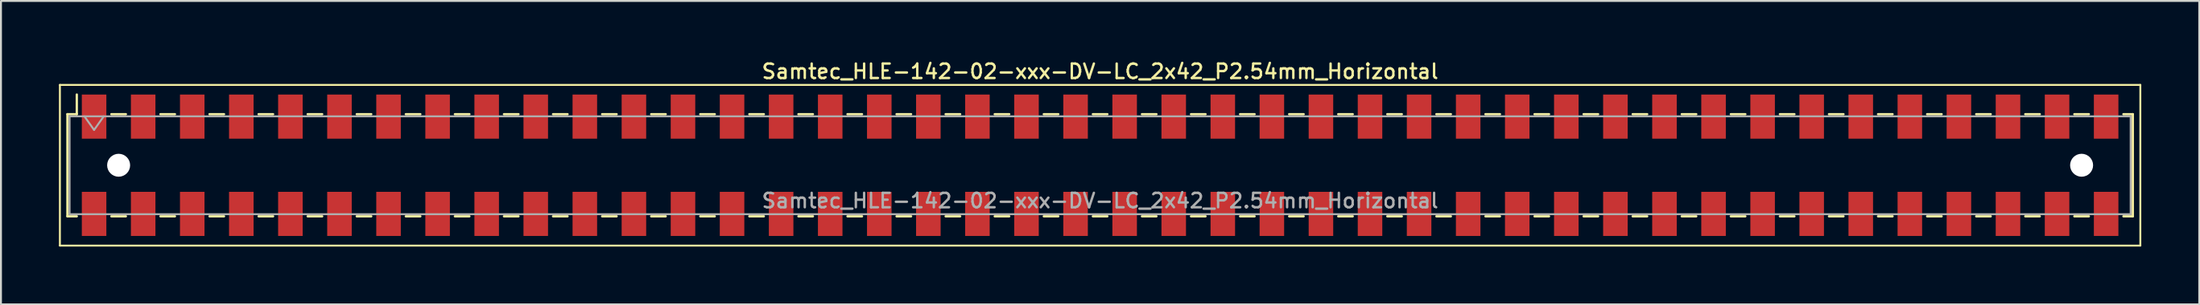
<source format=kicad_pcb>
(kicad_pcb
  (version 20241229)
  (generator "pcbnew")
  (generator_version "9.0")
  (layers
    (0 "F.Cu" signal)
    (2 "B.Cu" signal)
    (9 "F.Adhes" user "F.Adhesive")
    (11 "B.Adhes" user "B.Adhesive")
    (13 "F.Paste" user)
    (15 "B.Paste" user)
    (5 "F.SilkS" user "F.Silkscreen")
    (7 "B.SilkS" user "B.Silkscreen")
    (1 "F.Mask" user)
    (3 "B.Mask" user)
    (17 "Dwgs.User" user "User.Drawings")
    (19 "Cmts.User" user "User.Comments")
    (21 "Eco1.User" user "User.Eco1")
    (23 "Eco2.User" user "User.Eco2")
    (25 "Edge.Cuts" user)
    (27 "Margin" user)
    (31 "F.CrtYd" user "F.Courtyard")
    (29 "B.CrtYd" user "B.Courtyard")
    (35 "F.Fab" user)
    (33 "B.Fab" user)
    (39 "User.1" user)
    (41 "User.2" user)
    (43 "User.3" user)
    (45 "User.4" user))
  (footprint "Samtec_HLE-142-02-xxx-DV-LC_2x42_P2.54mm_Horizontal"
    (layer "F.Cu")
    (at 53.89 5.528)
    (property "Reference" "Samtec_HLE-142-02-xxx-DV-LC_2x42_P2.54mm_Horizontal" (at 0 -4.87 0) (layer "F.SilkS") (effects (font (size 0.75 0.75) (thickness 0.125))))
    (attr smd)
    (fp_line (start -53.84 -4.17) (end 53.84 -4.17) (stroke (width 0.1) (type solid)) (layer "F.SilkS"))
    (fp_line (start -53.84 4.17) (end -53.84 -4.17) (stroke (width 0.1) (type solid)) (layer "F.SilkS"))
    (fp_line (start -53.45 -2.65) (end -53.45 2.65) (stroke (width 0.12) (type solid)) (layer "F.SilkS"))
    (fp_line (start -53.45 2.65) (end -52.965 2.65) (stroke (width 0.12) (type solid)) (layer "F.SilkS"))
    (fp_line (start -52.965 -3.67) (end -52.965 -2.65) (stroke (width 0.12) (type solid)) (layer "F.SilkS"))
    (fp_line (start -52.965 -2.65) (end -53.45 -2.65) (stroke (width 0.12) (type solid)) (layer "F.SilkS"))
    (fp_line (start -51.175 -2.65) (end -50.425 -2.65) (stroke (width 0.12) (type solid)) (layer "F.SilkS"))
    (fp_line (start -51.175 2.65) (end -50.425 2.65) (stroke (width 0.12) (type solid)) (layer "F.SilkS"))
    (fp_line (start -48.635 -2.65) (end -47.885 -2.65) (stroke (width 0.12) (type solid)) (layer "F.SilkS"))
    (fp_line (start -48.635 2.65) (end -47.885 2.65) (stroke (width 0.12) (type solid)) (layer "F.SilkS"))
    (fp_line (start -46.095 -2.65) (end -45.345 -2.65) (stroke (width 0.12) (type solid)) (layer "F.SilkS"))
    (fp_line (start -46.095 2.65) (end -45.345 2.65) (stroke (width 0.12) (type solid)) (layer "F.SilkS"))
    (fp_line (start -43.555 -2.65) (end -42.805 -2.65) (stroke (width 0.12) (type solid)) (layer "F.SilkS"))
    (fp_line (start -43.555 2.65) (end -42.805 2.65) (stroke (width 0.12) (type solid)) (layer "F.SilkS"))
    (fp_line (start -41.015 -2.65) (end -40.265 -2.65) (stroke (width 0.12) (type solid)) (layer "F.SilkS"))
    (fp_line (start -41.015 2.65) (end -40.265 2.65) (stroke (width 0.12) (type solid)) (layer "F.SilkS"))
    (fp_line (start -38.475 -2.65) (end -37.725 -2.65) (stroke (width 0.12) (type solid)) (layer "F.SilkS"))
    (fp_line (start -38.475 2.65) (end -37.725 2.65) (stroke (width 0.12) (type solid)) (layer "F.SilkS"))
    (fp_line (start -35.935 -2.65) (end -35.185 -2.65) (stroke (width 0.12) (type solid)) (layer "F.SilkS"))
    (fp_line (start -35.935 2.65) (end -35.185 2.65) (stroke (width 0.12) (type solid)) (layer "F.SilkS"))
    (fp_line (start -33.395 -2.65) (end -32.645 -2.65) (stroke (width 0.12) (type solid)) (layer "F.SilkS"))
    (fp_line (start -33.395 2.65) (end -32.645 2.65) (stroke (width 0.12) (type solid)) (layer "F.SilkS"))
    (fp_line (start -30.855 -2.65) (end -30.105 -2.65) (stroke (width 0.12) (type solid)) (layer "F.SilkS"))
    (fp_line (start -30.855 2.65) (end -30.105 2.65) (stroke (width 0.12) (type solid)) (layer "F.SilkS"))
    (fp_line (start -28.315 -2.65) (end -27.565 -2.65) (stroke (width 0.12) (type solid)) (layer "F.SilkS"))
    (fp_line (start -28.315 2.65) (end -27.565 2.65) (stroke (width 0.12) (type solid)) (layer "F.SilkS"))
    (fp_line (start -25.775 -2.65) (end -25.025 -2.65) (stroke (width 0.12) (type solid)) (layer "F.SilkS"))
    (fp_line (start -25.775 2.65) (end -25.025 2.65) (stroke (width 0.12) (type solid)) (layer "F.SilkS"))
    (fp_line (start -23.235 -2.65) (end -22.485 -2.65) (stroke (width 0.12) (type solid)) (layer "F.SilkS"))
    (fp_line (start -23.235 2.65) (end -22.485 2.65) (stroke (width 0.12) (type solid)) (layer "F.SilkS"))
    (fp_line (start -20.695 -2.65) (end -19.945 -2.65) (stroke (width 0.12) (type solid)) (layer "F.SilkS"))
    (fp_line (start -20.695 2.65) (end -19.945 2.65) (stroke (width 0.12) (type solid)) (layer "F.SilkS"))
    (fp_line (start -18.155 -2.65) (end -17.405 -2.65) (stroke (width 0.12) (type solid)) (layer "F.SilkS"))
    (fp_line (start -18.155 2.65) (end -17.405 2.65) (stroke (width 0.12) (type solid)) (layer "F.SilkS"))
    (fp_line (start -15.615 -2.65) (end -14.865 -2.65) (stroke (width 0.12) (type solid)) (layer "F.SilkS"))
    (fp_line (start -15.615 2.65) (end -14.865 2.65) (stroke (width 0.12) (type solid)) (layer "F.SilkS"))
    (fp_line (start -13.075 -2.65) (end -12.325 -2.65) (stroke (width 0.12) (type solid)) (layer "F.SilkS"))
    (fp_line (start -13.075 2.65) (end -12.325 2.65) (stroke (width 0.12) (type solid)) (layer "F.SilkS"))
    (fp_line (start -10.535 -2.65) (end -9.785 -2.65) (stroke (width 0.12) (type solid)) (layer "F.SilkS"))
    (fp_line (start -10.535 2.65) (end -9.785 2.65) (stroke (width 0.12) (type solid)) (layer "F.SilkS"))
    (fp_line (start -7.995 -2.65) (end -7.245 -2.65) (stroke (width 0.12) (type solid)) (layer "F.SilkS"))
    (fp_line (start -7.995 2.65) (end -7.245 2.65) (stroke (width 0.12) (type solid)) (layer "F.SilkS"))
    (fp_line (start -5.455 -2.65) (end -4.705 -2.65) (stroke (width 0.12) (type solid)) (layer "F.SilkS"))
    (fp_line (start -5.455 2.65) (end -4.705 2.65) (stroke (width 0.12) (type solid)) (layer "F.SilkS"))
    (fp_line (start -2.915 -2.65) (end -2.165 -2.65) (stroke (width 0.12) (type solid)) (layer "F.SilkS"))
    (fp_line (start -2.915 2.65) (end -2.165 2.65) (stroke (width 0.12) (type solid)) (layer "F.SilkS"))
    (fp_line (start -0.375 -2.65) (end 0.375 -2.65) (stroke (width 0.12) (type solid)) (layer "F.SilkS"))
    (fp_line (start -0.375 2.65) (end 0.375 2.65) (stroke (width 0.12) (type solid)) (layer "F.SilkS"))
    (fp_line (start 2.165 -2.65) (end 2.915 -2.65) (stroke (width 0.12) (type solid)) (layer "F.SilkS"))
    (fp_line (start 2.165 2.65) (end 2.915 2.65) (stroke (width 0.12) (type solid)) (layer "F.SilkS"))
    (fp_line (start 4.705 -2.65) (end 5.455 -2.65) (stroke (width 0.12) (type solid)) (layer "F.SilkS"))
    (fp_line (start 4.705 2.65) (end 5.455 2.65) (stroke (width 0.12) (type solid)) (layer "F.SilkS"))
    (fp_line (start 7.245 -2.65) (end 7.995 -2.65) (stroke (width 0.12) (type solid)) (layer "F.SilkS"))
    (fp_line (start 7.245 2.65) (end 7.995 2.65) (stroke (width 0.12) (type solid)) (layer "F.SilkS"))
    (fp_line (start 9.785 -2.65) (end 10.535 -2.65) (stroke (width 0.12) (type solid)) (layer "F.SilkS"))
    (fp_line (start 9.785 2.65) (end 10.535 2.65) (stroke (width 0.12) (type solid)) (layer "F.SilkS"))
    (fp_line (start 12.325 -2.65) (end 13.075 -2.65) (stroke (width 0.12) (type solid)) (layer "F.SilkS"))
    (fp_line (start 12.325 2.65) (end 13.075 2.65) (stroke (width 0.12) (type solid)) (layer "F.SilkS"))
    (fp_line (start 14.865 -2.65) (end 15.615 -2.65) (stroke (width 0.12) (type solid)) (layer "F.SilkS"))
    (fp_line (start 14.865 2.65) (end 15.615 2.65) (stroke (width 0.12) (type solid)) (layer "F.SilkS"))
    (fp_line (start 17.405 -2.65) (end 18.155 -2.65) (stroke (width 0.12) (type solid)) (layer "F.SilkS"))
    (fp_line (start 17.405 2.65) (end 18.155 2.65) (stroke (width 0.12) (type solid)) (layer "F.SilkS"))
    (fp_line (start 19.945 -2.65) (end 20.695 -2.65) (stroke (width 0.12) (type solid)) (layer "F.SilkS"))
    (fp_line (start 19.945 2.65) (end 20.695 2.65) (stroke (width 0.12) (type solid)) (layer "F.SilkS"))
    (fp_line (start 22.485 -2.65) (end 23.235 -2.65) (stroke (width 0.12) (type solid)) (layer "F.SilkS"))
    (fp_line (start 22.485 2.65) (end 23.235 2.65) (stroke (width 0.12) (type solid)) (layer "F.SilkS"))
    (fp_line (start 25.025 -2.65) (end 25.775 -2.65) (stroke (width 0.12) (type solid)) (layer "F.SilkS"))
    (fp_line (start 25.025 2.65) (end 25.775 2.65) (stroke (width 0.12) (type solid)) (layer "F.SilkS"))
    (fp_line (start 27.565 -2.65) (end 28.315 -2.65) (stroke (width 0.12) (type solid)) (layer "F.SilkS"))
    (fp_line (start 27.565 2.65) (end 28.315 2.65) (stroke (width 0.12) (type solid)) (layer "F.SilkS"))
    (fp_line (start 30.105 -2.65) (end 30.855 -2.65) (stroke (width 0.12) (type solid)) (layer "F.SilkS"))
    (fp_line (start 30.105 2.65) (end 30.855 2.65) (stroke (width 0.12) (type solid)) (layer "F.SilkS"))
    (fp_line (start 32.645 -2.65) (end 33.395 -2.65) (stroke (width 0.12) (type solid)) (layer "F.SilkS"))
    (fp_line (start 32.645 2.65) (end 33.395 2.65) (stroke (width 0.12) (type solid)) (layer "F.SilkS"))
    (fp_line (start 35.185 -2.65) (end 35.935 -2.65) (stroke (width 0.12) (type solid)) (layer "F.SilkS"))
    (fp_line (start 35.185 2.65) (end 35.935 2.65) (stroke (width 0.12) (type solid)) (layer "F.SilkS"))
    (fp_line (start 37.725 -2.65) (end 38.475 -2.65) (stroke (width 0.12) (type solid)) (layer "F.SilkS"))
    (fp_line (start 37.725 2.65) (end 38.475 2.65) (stroke (width 0.12) (type solid)) (layer "F.SilkS"))
    (fp_line (start 40.265 -2.65) (end 41.015 -2.65) (stroke (width 0.12) (type solid)) (layer "F.SilkS"))
    (fp_line (start 40.265 2.65) (end 41.015 2.65) (stroke (width 0.12) (type solid)) (layer "F.SilkS"))
    (fp_line (start 42.805 -2.65) (end 43.555 -2.65) (stroke (width 0.12) (type solid)) (layer "F.SilkS"))
    (fp_line (start 42.805 2.65) (end 43.555 2.65) (stroke (width 0.12) (type solid)) (layer "F.SilkS"))
    (fp_line (start 45.345 -2.65) (end 46.095 -2.65) (stroke (width 0.12) (type solid)) (layer "F.SilkS"))
    (fp_line (start 45.345 2.65) (end 46.095 2.65) (stroke (width 0.12) (type solid)) (layer "F.SilkS"))
    (fp_line (start 47.885 -2.65) (end 48.635 -2.65) (stroke (width 0.12) (type solid)) (layer "F.SilkS"))
    (fp_line (start 47.885 2.65) (end 48.635 2.65) (stroke (width 0.12) (type solid)) (layer "F.SilkS"))
    (fp_line (start 50.425 -2.65) (end 51.175 -2.65) (stroke (width 0.12) (type solid)) (layer "F.SilkS"))
    (fp_line (start 50.425 2.65) (end 51.175 2.65) (stroke (width 0.12) (type solid)) (layer "F.SilkS"))
    (fp_line (start 52.965 -2.65) (end 53.45 -2.65) (stroke (width 0.12) (type solid)) (layer "F.SilkS"))
    (fp_line (start 53.45 -2.65) (end 53.45 2.65) (stroke (width 0.12) (type solid)) (layer "F.SilkS"))
    (fp_line (start 53.45 2.65) (end 52.965 2.65) (stroke (width 0.12) (type solid)) (layer "F.SilkS"))
    (fp_line (start 53.84 -4.17) (end 53.84 4.17) (stroke (width 0.1) (type solid)) (layer "F.SilkS"))
    (fp_line (start 53.84 4.17) (end -53.84 4.17) (stroke (width 0.1) (type solid)) (layer "F.SilkS"))
    (fp_line (start -53.34 -2.54) (end 53.34 -2.54) (stroke (width 0.1) (type solid)) (layer "F.Fab"))
    (fp_line (start -53.34 2.54) (end -53.34 -2.54) (stroke (width 0.1) (type solid)) (layer "F.Fab"))
    (fp_line (start -52.57 -2.54) (end -52.07 -1.833) (stroke (width 0.1) (type solid)) (layer "F.Fab"))
    (fp_line (start -52.07 -1.833) (end -51.57 -2.54) (stroke (width 0.1) (type solid)) (layer "F.Fab"))
    (fp_line (start 53.34 -2.54) (end 53.34 2.54) (stroke (width 0.1) (type solid)) (layer "F.Fab"))
    (fp_line (start 53.34 2.54) (end -53.34 2.54) (stroke (width 0.1) (type solid)) (layer "F.Fab"))
    (fp_text user "${REFERENCE}" (at 0 1.84 0) (layer "F.Fab") (effects (font (size 0.75 0.75) (thickness 0.125))))
    (pad "" np_thru_hole circle (at -50.8 0) (size 1.19 1.19) (drill 1.19) (layers "*.Cu" "*.Mask"))
    (pad "" np_thru_hole circle (at 50.8 0) (size 1.19 1.19) (drill 1.19) (layers "*.Cu" "*.Mask"))
    (pad "1" smd rect (at -52.07 -2.525) (size 1.27 2.29) (layers "F.Cu" "F.Mask" "F.Paste"))
    (pad "2" smd rect (at -52.07 2.525) (size 1.27 2.29) (layers "F.Cu" "F.Mask" "F.Paste"))
    (pad "3" smd rect (at -49.53 -2.525) (size 1.27 2.29) (layers "F.Cu" "F.Mask" "F.Paste"))
    (pad "4" smd rect (at -49.53 2.525) (size 1.27 2.29) (layers "F.Cu" "F.Mask" "F.Paste"))
    (pad "5" smd rect (at -46.99 -2.525) (size 1.27 2.29) (layers "F.Cu" "F.Mask" "F.Paste"))
    (pad "6" smd rect (at -46.99 2.525) (size 1.27 2.29) (layers "F.Cu" "F.Mask" "F.Paste"))
    (pad "7" smd rect (at -44.45 -2.525) (size 1.27 2.29) (layers "F.Cu" "F.Mask" "F.Paste"))
    (pad "8" smd rect (at -44.45 2.525) (size 1.27 2.29) (layers "F.Cu" "F.Mask" "F.Paste"))
    (pad "9" smd rect (at -41.91 -2.525) (size 1.27 2.29) (layers "F.Cu" "F.Mask" "F.Paste"))
    (pad "10" smd rect (at -41.91 2.525) (size 1.27 2.29) (layers "F.Cu" "F.Mask" "F.Paste"))
    (pad "11" smd rect (at -39.37 -2.525) (size 1.27 2.29) (layers "F.Cu" "F.Mask" "F.Paste"))
    (pad "12" smd rect (at -39.37 2.525) (size 1.27 2.29) (layers "F.Cu" "F.Mask" "F.Paste"))
    (pad "13" smd rect (at -36.83 -2.525) (size 1.27 2.29) (layers "F.Cu" "F.Mask" "F.Paste"))
    (pad "14" smd rect (at -36.83 2.525) (size 1.27 2.29) (layers "F.Cu" "F.Mask" "F.Paste"))
    (pad "15" smd rect (at -34.29 -2.525) (size 1.27 2.29) (layers "F.Cu" "F.Mask" "F.Paste"))
    (pad "16" smd rect (at -34.29 2.525) (size 1.27 2.29) (layers "F.Cu" "F.Mask" "F.Paste"))
    (pad "17" smd rect (at -31.75 -2.525) (size 1.27 2.29) (layers "F.Cu" "F.Mask" "F.Paste"))
    (pad "18" smd rect (at -31.75 2.525) (size 1.27 2.29) (layers "F.Cu" "F.Mask" "F.Paste"))
    (pad "19" smd rect (at -29.21 -2.525) (size 1.27 2.29) (layers "F.Cu" "F.Mask" "F.Paste"))
    (pad "20" smd rect (at -29.21 2.525) (size 1.27 2.29) (layers "F.Cu" "F.Mask" "F.Paste"))
    (pad "21" smd rect (at -26.67 -2.525) (size 1.27 2.29) (layers "F.Cu" "F.Mask" "F.Paste"))
    (pad "22" smd rect (at -26.67 2.525) (size 1.27 2.29) (layers "F.Cu" "F.Mask" "F.Paste"))
    (pad "23" smd rect (at -24.13 -2.525) (size 1.27 2.29) (layers "F.Cu" "F.Mask" "F.Paste"))
    (pad "24" smd rect (at -24.13 2.525) (size 1.27 2.29) (layers "F.Cu" "F.Mask" "F.Paste"))
    (pad "25" smd rect (at -21.59 -2.525) (size 1.27 2.29) (layers "F.Cu" "F.Mask" "F.Paste"))
    (pad "26" smd rect (at -21.59 2.525) (size 1.27 2.29) (layers "F.Cu" "F.Mask" "F.Paste"))
    (pad "27" smd rect (at -19.05 -2.525) (size 1.27 2.29) (layers "F.Cu" "F.Mask" "F.Paste"))
    (pad "28" smd rect (at -19.05 2.525) (size 1.27 2.29) (layers "F.Cu" "F.Mask" "F.Paste"))
    (pad "29" smd rect (at -16.51 -2.525) (size 1.27 2.29) (layers "F.Cu" "F.Mask" "F.Paste"))
    (pad "30" smd rect (at -16.51 2.525) (size 1.27 2.29) (layers "F.Cu" "F.Mask" "F.Paste"))
    (pad "31" smd rect (at -13.97 -2.525) (size 1.27 2.29) (layers "F.Cu" "F.Mask" "F.Paste"))
    (pad "32" smd rect (at -13.97 2.525) (size 1.27 2.29) (layers "F.Cu" "F.Mask" "F.Paste"))
    (pad "33" smd rect (at -11.43 -2.525) (size 1.27 2.29) (layers "F.Cu" "F.Mask" "F.Paste"))
    (pad "34" smd rect (at -11.43 2.525) (size 1.27 2.29) (layers "F.Cu" "F.Mask" "F.Paste"))
    (pad "35" smd rect (at -8.89 -2.525) (size 1.27 2.29) (layers "F.Cu" "F.Mask" "F.Paste"))
    (pad "36" smd rect (at -8.89 2.525) (size 1.27 2.29) (layers "F.Cu" "F.Mask" "F.Paste"))
    (pad "37" smd rect (at -6.35 -2.525) (size 1.27 2.29) (layers "F.Cu" "F.Mask" "F.Paste"))
    (pad "38" smd rect (at -6.35 2.525) (size 1.27 2.29) (layers "F.Cu" "F.Mask" "F.Paste"))
    (pad "39" smd rect (at -3.81 -2.525) (size 1.27 2.29) (layers "F.Cu" "F.Mask" "F.Paste"))
    (pad "40" smd rect (at -3.81 2.525) (size 1.27 2.29) (layers "F.Cu" "F.Mask" "F.Paste"))
    (pad "41" smd rect (at -1.27 -2.525) (size 1.27 2.29) (layers "F.Cu" "F.Mask" "F.Paste"))
    (pad "42" smd rect (at -1.27 2.525) (size 1.27 2.29) (layers "F.Cu" "F.Mask" "F.Paste"))
    (pad "43" smd rect (at 1.27 -2.525) (size 1.27 2.29) (layers "F.Cu" "F.Mask" "F.Paste"))
    (pad "44" smd rect (at 1.27 2.525) (size 1.27 2.29) (layers "F.Cu" "F.Mask" "F.Paste"))
    (pad "45" smd rect (at 3.81 -2.525) (size 1.27 2.29) (layers "F.Cu" "F.Mask" "F.Paste"))
    (pad "46" smd rect (at 3.81 2.525) (size 1.27 2.29) (layers "F.Cu" "F.Mask" "F.Paste"))
    (pad "47" smd rect (at 6.35 -2.525) (size 1.27 2.29) (layers "F.Cu" "F.Mask" "F.Paste"))
    (pad "48" smd rect (at 6.35 2.525) (size 1.27 2.29) (layers "F.Cu" "F.Mask" "F.Paste"))
    (pad "49" smd rect (at 8.89 -2.525) (size 1.27 2.29) (layers "F.Cu" "F.Mask" "F.Paste"))
    (pad "50" smd rect (at 8.89 2.525) (size 1.27 2.29) (layers "F.Cu" "F.Mask" "F.Paste"))
    (pad "51" smd rect (at 11.43 -2.525) (size 1.27 2.29) (layers "F.Cu" "F.Mask" "F.Paste"))
    (pad "52" smd rect (at 11.43 2.525) (size 1.27 2.29) (layers "F.Cu" "F.Mask" "F.Paste"))
    (pad "53" smd rect (at 13.97 -2.525) (size 1.27 2.29) (layers "F.Cu" "F.Mask" "F.Paste"))
    (pad "54" smd rect (at 13.97 2.525) (size 1.27 2.29) (layers "F.Cu" "F.Mask" "F.Paste"))
    (pad "55" smd rect (at 16.51 -2.525) (size 1.27 2.29) (layers "F.Cu" "F.Mask" "F.Paste"))
    (pad "56" smd rect (at 16.51 2.525) (size 1.27 2.29) (layers "F.Cu" "F.Mask" "F.Paste"))
    (pad "57" smd rect (at 19.05 -2.525) (size 1.27 2.29) (layers "F.Cu" "F.Mask" "F.Paste"))
    (pad "58" smd rect (at 19.05 2.525) (size 1.27 2.29) (layers "F.Cu" "F.Mask" "F.Paste"))
    (pad "59" smd rect (at 21.59 -2.525) (size 1.27 2.29) (layers "F.Cu" "F.Mask" "F.Paste"))
    (pad "60" smd rect (at 21.59 2.525) (size 1.27 2.29) (layers "F.Cu" "F.Mask" "F.Paste"))
    (pad "61" smd rect (at 24.13 -2.525) (size 1.27 2.29) (layers "F.Cu" "F.Mask" "F.Paste"))
    (pad "62" smd rect (at 24.13 2.525) (size 1.27 2.29) (layers "F.Cu" "F.Mask" "F.Paste"))
    (pad "63" smd rect (at 26.67 -2.525) (size 1.27 2.29) (layers "F.Cu" "F.Mask" "F.Paste"))
    (pad "64" smd rect (at 26.67 2.525) (size 1.27 2.29) (layers "F.Cu" "F.Mask" "F.Paste"))
    (pad "65" smd rect (at 29.21 -2.525) (size 1.27 2.29) (layers "F.Cu" "F.Mask" "F.Paste"))
    (pad "66" smd rect (at 29.21 2.525) (size 1.27 2.29) (layers "F.Cu" "F.Mask" "F.Paste"))
    (pad "67" smd rect (at 31.75 -2.525) (size 1.27 2.29) (layers "F.Cu" "F.Mask" "F.Paste"))
    (pad "68" smd rect (at 31.75 2.525) (size 1.27 2.29) (layers "F.Cu" "F.Mask" "F.Paste"))
    (pad "69" smd rect (at 34.29 -2.525) (size 1.27 2.29) (layers "F.Cu" "F.Mask" "F.Paste"))
    (pad "70" smd rect (at 34.29 2.525) (size 1.27 2.29) (layers "F.Cu" "F.Mask" "F.Paste"))
    (pad "71" smd rect (at 36.83 -2.525) (size 1.27 2.29) (layers "F.Cu" "F.Mask" "F.Paste"))
    (pad "72" smd rect (at 36.83 2.525) (size 1.27 2.29) (layers "F.Cu" "F.Mask" "F.Paste"))
    (pad "73" smd rect (at 39.37 -2.525) (size 1.27 2.29) (layers "F.Cu" "F.Mask" "F.Paste"))
    (pad "74" smd rect (at 39.37 2.525) (size 1.27 2.29) (layers "F.Cu" "F.Mask" "F.Paste"))
    (pad "75" smd rect (at 41.91 -2.525) (size 1.27 2.29) (layers "F.Cu" "F.Mask" "F.Paste"))
    (pad "76" smd rect (at 41.91 2.525) (size 1.27 2.29) (layers "F.Cu" "F.Mask" "F.Paste"))
    (pad "77" smd rect (at 44.45 -2.525) (size 1.27 2.29) (layers "F.Cu" "F.Mask" "F.Paste"))
    (pad "78" smd rect (at 44.45 2.525) (size 1.27 2.29) (layers "F.Cu" "F.Mask" "F.Paste"))
    (pad "79" smd rect (at 46.99 -2.525) (size 1.27 2.29) (layers "F.Cu" "F.Mask" "F.Paste"))
    (pad "80" smd rect (at 46.99 2.525) (size 1.27 2.29) (layers "F.Cu" "F.Mask" "F.Paste"))
    (pad "81" smd rect (at 49.53 -2.525) (size 1.27 2.29) (layers "F.Cu" "F.Mask" "F.Paste"))
    (pad "82" smd rect (at 49.53 2.525) (size 1.27 2.29) (layers "F.Cu" "F.Mask" "F.Paste"))
    (pad "83" smd rect (at 52.07 -2.525) (size 1.27 2.29) (layers "F.Cu" "F.Mask" "F.Paste"))
    (pad "84" smd rect (at 52.07 2.525) (size 1.27 2.29) (layers "F.Cu" "F.Mask" "F.Paste")))
  (gr_rect
    (start -3 -3)
    (end 110.78 12.748)
    (stroke (width 0.1) (type default))
    (fill no)
    (layer "Edge.Cuts")))
</source>
